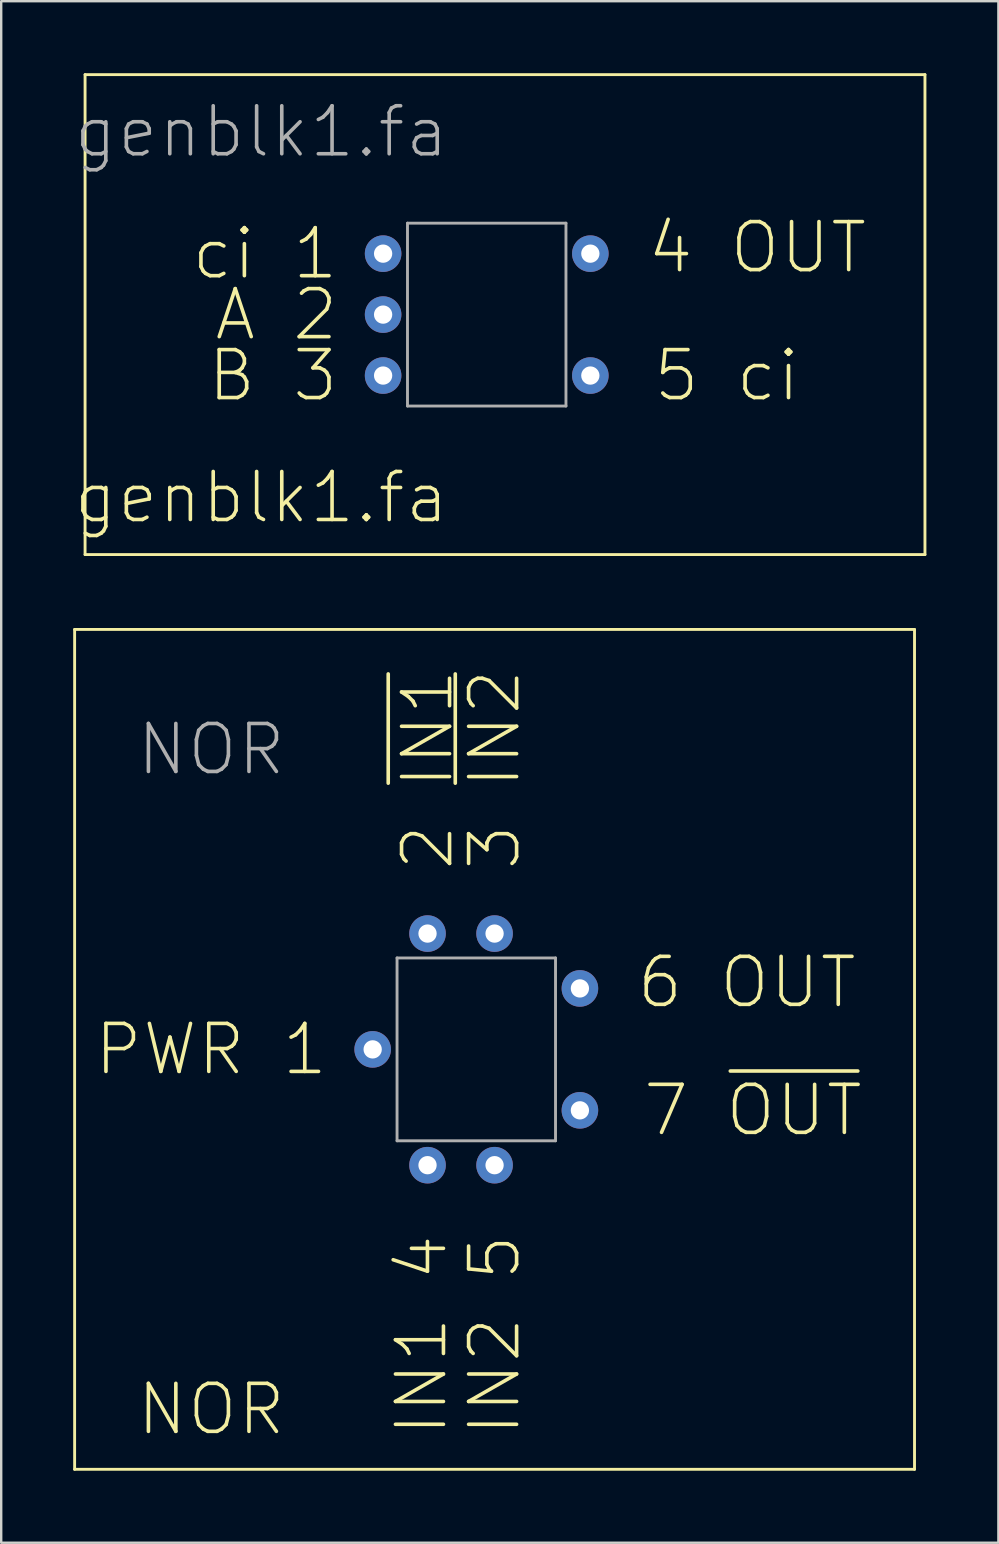
<source format=kicad_pcb>
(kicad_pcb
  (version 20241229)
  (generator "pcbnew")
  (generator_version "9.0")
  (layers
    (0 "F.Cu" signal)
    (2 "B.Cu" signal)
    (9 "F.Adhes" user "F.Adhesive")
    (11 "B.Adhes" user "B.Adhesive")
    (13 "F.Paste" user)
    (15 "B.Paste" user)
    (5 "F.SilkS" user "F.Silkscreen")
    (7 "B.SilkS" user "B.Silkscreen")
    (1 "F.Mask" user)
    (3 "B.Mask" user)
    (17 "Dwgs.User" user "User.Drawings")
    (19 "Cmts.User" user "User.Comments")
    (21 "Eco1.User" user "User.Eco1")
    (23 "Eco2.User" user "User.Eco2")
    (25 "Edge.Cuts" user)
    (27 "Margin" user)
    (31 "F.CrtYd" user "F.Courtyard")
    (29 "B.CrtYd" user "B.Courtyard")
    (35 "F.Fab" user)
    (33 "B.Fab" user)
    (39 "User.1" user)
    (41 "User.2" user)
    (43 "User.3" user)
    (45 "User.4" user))
  (footprint "genblk1.fa"
    (layer "F.Cu")
    (at 17.995 10.06)
    (property "Reference" "genblk1.fa" (at -10.16 7.62 0) (unlocked yes) (layer "F.SilkS") (effects (font (size 2 2) (thickness 0.15))))
    (attr through_hole)
    (fp_line (start -17.5 10) (end -17.5 -10) (stroke (width 0.12) (type solid)) (layer "F.SilkS"))
    (fp_line (start 17.5 -10) (end -17.5 -10) (stroke (width 0.12) (type solid)) (layer "F.SilkS"))
    (fp_line (start 17.5 -10) (end 17.5 10) (stroke (width 0.12) (type solid)) (layer "F.SilkS"))
    (fp_line (start 17.5 10) (end -17.5 10) (stroke (width 0.12) (type solid)) (layer "F.SilkS"))
    (fp_line (start -4.064 -3.81) (end 2.54 -3.81) (stroke (width 0.12) (type solid)) (layer "F.Fab"))
    (fp_line (start -4.064 3.81) (end -4.064 -3.81) (stroke (width 0.12) (type solid)) (layer "F.Fab"))
    (fp_line (start 2.54 -3.81) (end 2.54 3.81) (stroke (width 0.12) (type solid)) (layer "F.Fab"))
    (fp_line (start 2.54 3.81) (end -4.064 3.81) (stroke (width 0.12) (type solid)) (layer "F.Fab"))
    (fp_text user "5 ci" (at 6.096 2.54 0) (unlocked yes) (layer "F.SilkS") (effects (font (size 2 2) (thickness 0.15)) (justify left)))
    (fp_text user "4 OUT" (at 5.842 -2.794 0) (unlocked yes) (layer "F.SilkS") (effects (font (size 2 2) (thickness 0.15)) (justify left)))
    (fp_text user "B 3" (at -6.858 2.54 0) (unlocked yes) (layer "F.SilkS") (effects (font (size 2 2) (thickness 0.15)) (justify right)))
    (fp_text user "ci 1" (at -6.858 -2.54 0) (unlocked yes) (layer "F.SilkS") (effects (font (size 2 2) (thickness 0.15)) (justify right)))
    (fp_text user "A 2" (at -6.858 0 0) (unlocked yes) (layer "F.SilkS") (effects (font (size 2 2) (thickness 0.15)) (justify right)))
    (fp_text user "${REFERENCE}" (at -10.16 -7.62 0) (unlocked yes) (layer "F.Fab") (effects (font (size 2 2) (thickness 0.15))))
    (pad "1" thru_hole circle (at -5.08 -2.54) (size 1.524 1.524) (drill 0.762) (layers "*.Cu" "*.Mask"))
    (pad "2" thru_hole circle (at -5.08 0) (size 1.524 1.524) (drill 0.762) (layers "*.Cu" "*.Mask"))
    (pad "3" thru_hole circle (at -5.08 2.54) (size 1.524 1.524) (drill 0.762) (layers "*.Cu" "*.Mask"))
    (pad "4" thru_hole circle (at 3.556 -2.54) (size 1.524 1.524) (drill 0.762) (layers "*.Cu" "*.Mask"))
    (pad "5" thru_hole circle (at 3.556 2.54) (size 1.524 1.524) (drill 0.762) (layers "*.Cu" "*.Mask")))
  (footprint "NOR"
    (layer "F.Cu")
    (at 17.56 40.68)
    (property "Reference" "NOR" (at -15 15 0) (unlocked yes) (layer "F.SilkS") (effects (font (size 2 2) (thickness 0.15)) (justify left)))
    (attr through_hole)
    (fp_line (start -17.5 17.5) (end -17.5 -17.5) (stroke (width 0.12) (type solid)) (layer "F.SilkS"))
    (fp_line (start 17.5 -17.5) (end -17.5 -17.5) (stroke (width 0.12) (type solid)) (layer "F.SilkS"))
    (fp_line (start 17.5 -17.5) (end 17.5 17.5) (stroke (width 0.12) (type solid)) (layer "F.SilkS"))
    (fp_line (start 17.5 17.5) (end -17.5 17.5) (stroke (width 0.12) (type solid)) (layer "F.SilkS"))
    (fp_line (start -4.064 -3.81) (end 2.54 -3.81) (stroke (width 0.12) (type solid)) (layer "F.Fab"))
    (fp_line (start -4.064 3.81) (end -4.064 -3.81) (stroke (width 0.12) (type solid)) (layer "F.Fab"))
    (fp_line (start 2.54 -3.81) (end 2.54 3.81) (stroke (width 0.12) (type solid)) (layer "F.Fab"))
    (fp_line (start 2.54 3.81) (end -4.064 3.81) (stroke (width 0.12) (type solid)) (layer "F.Fab"))
    (fp_text user "PWR 1" (at -6.858 0 0) (unlocked yes) (layer "F.SilkS") (effects (font (size 2 2) (thickness 0.15)) (justify right)))
    (fp_text user "6 OUT" (at 5.842 -2.794 0) (unlocked yes) (layer "F.SilkS") (effects (font (size 2 2) (thickness 0.15)) (justify left)))
    (fp_text user "IN2 5" (at 0 7.62 90) (unlocked yes) (layer "F.SilkS") (effects (font (size 2 2) (thickness 0.15)) (justify right)))
    (fp_text user "IN1 4" (at -3.048 7.62 90) (unlocked yes) (layer "F.SilkS") (effects (font (size 2 2) (thickness 0.15)) (justify right)))
    (fp_text user "3 ~{IN2}" (at 0 -7.366 90) (unlocked yes) (layer "F.SilkS") (effects (font (size 2 2) (thickness 0.15)) (justify left)))
    (fp_text user "2 ~{IN1}" (at -2.794 -7.366 90) (unlocked yes) (layer "F.SilkS") (effects (font (size 2 2) (thickness 0.15)) (justify left)))
    (fp_text user "7 ~{OUT}" (at 6.096 2.54 0) (unlocked yes) (layer "F.SilkS") (effects (font (size 2 2) (thickness 0.15)) (justify left)))
    (fp_text user "${REFERENCE}" (at -15 -12.5 0) (unlocked yes) (layer "F.Fab") (effects (font (size 2 2) (thickness 0.15)) (justify left)))
    (pad "1" thru_hole circle (at -5.08 0) (size 1.524 1.524) (drill 0.762) (layers "*.Cu" "*.Mask"))
    (pad "2" thru_hole circle (at -2.794 -4.826) (size 1.524 1.524) (drill 0.762) (layers "*.Cu" "*.Mask"))
    (pad "3" thru_hole circle (at 0 -4.826) (size 1.524 1.524) (drill 0.762) (layers "*.Cu" "*.Mask"))
    (pad "4" thru_hole circle (at -2.794 4.826) (size 1.524 1.524) (drill 0.762) (layers "*.Cu" "*.Mask"))
    (pad "5" thru_hole circle (at 0 4.826) (size 1.524 1.524) (drill 0.762) (layers "*.Cu" "*.Mask"))
    (pad "6" thru_hole circle (at 3.556 -2.54) (size 1.524 1.524) (drill 0.762) (layers "*.Cu" "*.Mask"))
    (pad "7" thru_hole circle (at 3.556 2.54) (size 1.524 1.524) (drill 0.762) (layers "*.Cu" "*.Mask")))
  (gr_rect
    (start -3 -3)
    (end 38.555 61.24)
    (stroke (width 0.1) (type default))
    (fill no)
    (layer "Edge.Cuts")))
</source>
